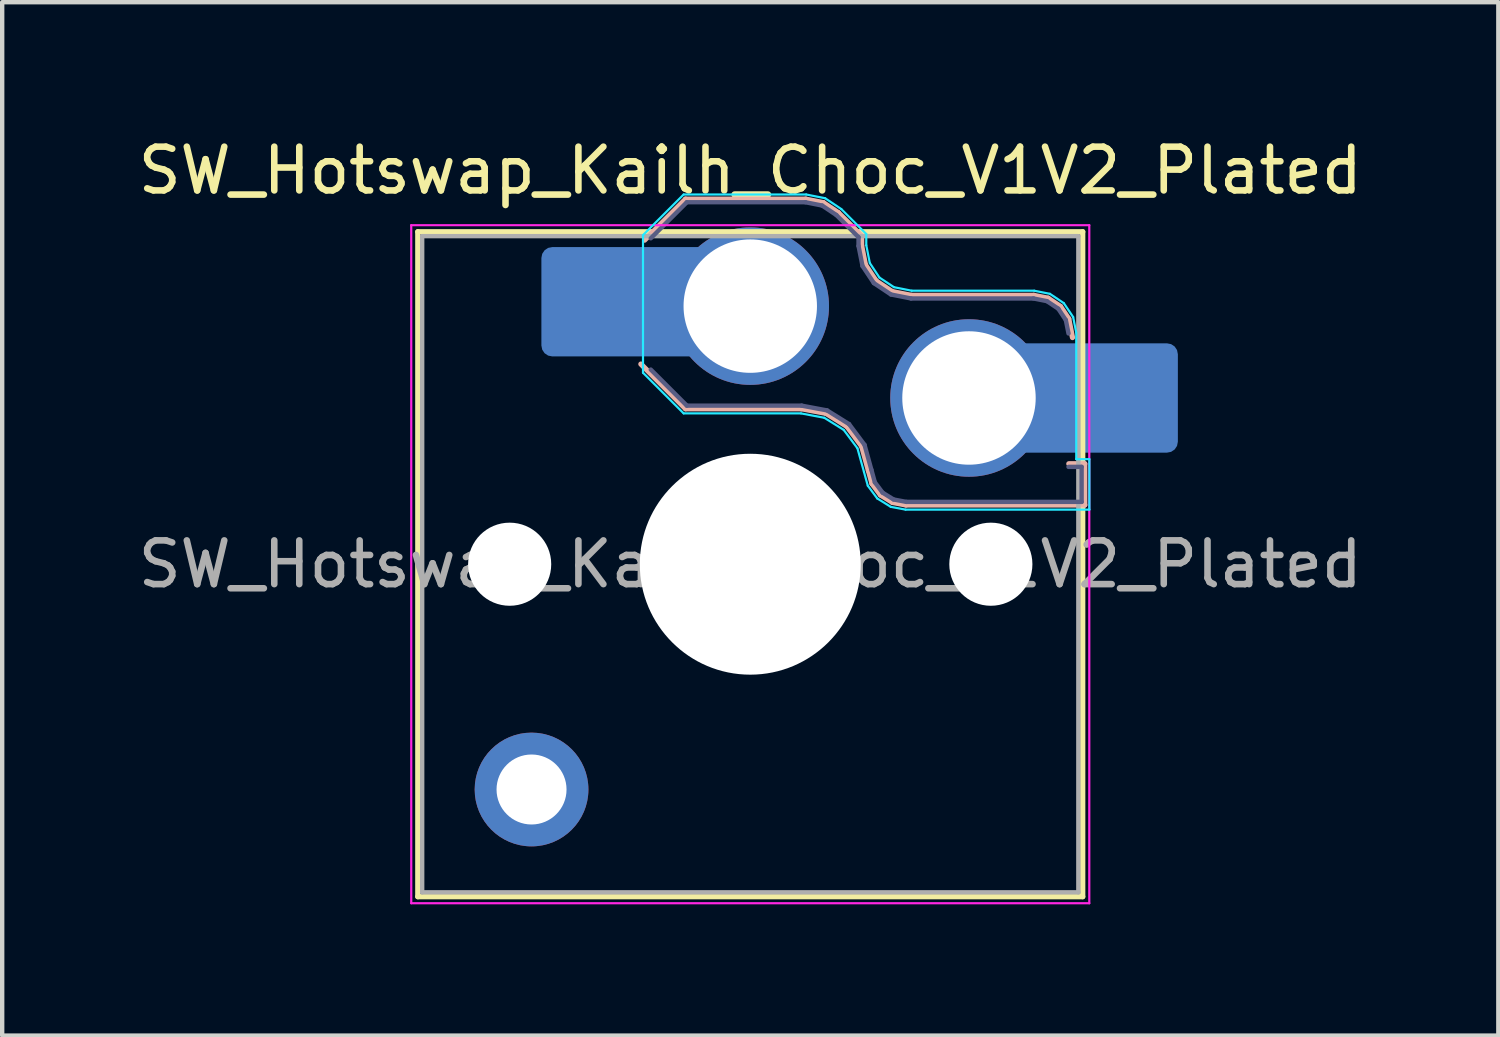
<source format=kicad_pcb>
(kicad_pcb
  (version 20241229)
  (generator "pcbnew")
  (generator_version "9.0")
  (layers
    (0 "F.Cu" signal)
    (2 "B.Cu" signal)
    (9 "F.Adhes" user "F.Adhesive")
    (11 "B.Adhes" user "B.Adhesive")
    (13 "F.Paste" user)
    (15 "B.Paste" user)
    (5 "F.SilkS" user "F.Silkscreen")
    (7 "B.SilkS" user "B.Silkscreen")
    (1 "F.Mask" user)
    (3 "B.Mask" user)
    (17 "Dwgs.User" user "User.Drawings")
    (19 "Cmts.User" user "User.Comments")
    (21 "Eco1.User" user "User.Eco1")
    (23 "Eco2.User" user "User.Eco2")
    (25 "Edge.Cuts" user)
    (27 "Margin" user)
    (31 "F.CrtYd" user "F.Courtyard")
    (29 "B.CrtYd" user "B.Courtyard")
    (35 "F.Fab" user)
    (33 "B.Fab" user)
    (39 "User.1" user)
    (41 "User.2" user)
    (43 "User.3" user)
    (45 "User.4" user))
  (footprint "SW_Hotswap_Kailh_Choc_V1V2_Plated"
    (layer "F.Cu")
    (at 14.101 9.848)
    (property "Reference" "SW_Hotswap_Kailh_Choc_V1V2_Plated" (at 0 -9 0) (layer "F.SilkS") (effects (font (size 1 1) (thickness 0.15))))
    (attr smd)
    (fp_line (start -7.6 -7.6) (end -7.6 7.6) (stroke (width 0.12) (type solid)) (layer "F.SilkS"))
    (fp_line (start -7.6 7.6) (end 7.6 7.6) (stroke (width 0.12) (type solid)) (layer "F.SilkS"))
    (fp_line (start 7.6 -7.6) (end -7.6 -7.6) (stroke (width 0.12) (type solid)) (layer "F.SilkS"))
    (fp_line (start 7.6 7.6) (end 7.6 -7.6) (stroke (width 0.12) (type solid)) (layer "F.SilkS"))
    (fp_line (start -2.416 -7.409) (end -1.479 -8.346) (stroke (width 0.12) (type solid)) (layer "B.SilkS"))
    (fp_line (start -1.479 -8.346) (end 1.268 -8.346) (stroke (width 0.12) (type solid)) (layer "B.SilkS"))
    (fp_line (start -1.479 -3.554) (end -2.5 -4.575) (stroke (width 0.12) (type solid)) (layer "B.SilkS"))
    (fp_line (start 1.168 -3.554) (end -1.479 -3.554) (stroke (width 0.12) (type solid)) (layer "B.SilkS"))
    (fp_line (start 1.268 -8.346) (end 1.671 -8.266) (stroke (width 0.12) (type solid)) (layer "B.SilkS"))
    (fp_line (start 1.671 -8.266) (end 2.013 -8.037) (stroke (width 0.12) (type solid)) (layer "B.SilkS"))
    (fp_line (start 1.73 -3.449) (end 1.168 -3.554) (stroke (width 0.12) (type solid)) (layer "B.SilkS"))
    (fp_line (start 2.013 -8.037) (end 2.546 -7.504) (stroke (width 0.12) (type solid)) (layer "B.SilkS"))
    (fp_line (start 2.209 -3.15) (end 1.73 -3.449) (stroke (width 0.12) (type solid)) (layer "B.SilkS"))
    (fp_line (start 2.546 -7.504) (end 2.546 -7.282) (stroke (width 0.12) (type solid)) (layer "B.SilkS"))
    (fp_line (start 2.546 -7.282) (end 2.633 -6.844) (stroke (width 0.12) (type solid)) (layer "B.SilkS"))
    (fp_line (start 2.547 -2.697) (end 2.209 -3.15) (stroke (width 0.12) (type solid)) (layer "B.SilkS"))
    (fp_line (start 2.633 -6.844) (end 2.877 -6.477) (stroke (width 0.12) (type solid)) (layer "B.SilkS"))
    (fp_line (start 2.701 -2.139) (end 2.547 -2.697) (stroke (width 0.12) (type solid)) (layer "B.SilkS"))
    (fp_line (start 2.783 -1.841) (end 2.701 -2.139) (stroke (width 0.12) (type solid)) (layer "B.SilkS"))
    (fp_line (start 2.877 -6.477) (end 3.244 -6.233) (stroke (width 0.12) (type solid)) (layer "B.SilkS"))
    (fp_line (start 2.976 -1.583) (end 2.783 -1.841) (stroke (width 0.12) (type solid)) (layer "B.SilkS"))
    (fp_line (start 3.244 -6.233) (end 3.682 -6.146) (stroke (width 0.12) (type solid)) (layer "B.SilkS"))
    (fp_line (start 3.25 -1.413) (end 2.976 -1.583) (stroke (width 0.12) (type solid)) (layer "B.SilkS"))
    (fp_line (start 3.56 -1.354) (end 3.25 -1.413) (stroke (width 0.12) (type solid)) (layer "B.SilkS"))
    (fp_line (start 3.682 -6.146) (end 6.482 -6.146) (stroke (width 0.12) (type solid)) (layer "B.SilkS"))
    (fp_line (start 6.482 -6.146) (end 6.809 -6.081) (stroke (width 0.12) (type solid)) (layer "B.SilkS"))
    (fp_line (start 6.809 -6.081) (end 7.092 -5.892) (stroke (width 0.12) (type solid)) (layer "B.SilkS"))
    (fp_line (start 7.092 -5.892) (end 7.281 -5.609) (stroke (width 0.12) (type solid)) (layer "B.SilkS"))
    (fp_line (start 7.281 -5.609) (end 7.366 -5.182) (stroke (width 0.12) (type solid)) (layer "B.SilkS"))
    (fp_line (start 7.283 -2.296) (end 7.646 -2.296) (stroke (width 0.12) (type solid)) (layer "B.SilkS"))
    (fp_line (start 7.646 -2.296) (end 7.646 -1.354) (stroke (width 0.12) (type solid)) (layer "B.SilkS"))
    (fp_line (start 7.646 -1.354) (end 3.56 -1.354) (stroke (width 0.12) (type solid)) (layer "B.SilkS"))
    (fp_line (start -7.25 -7.25) (end -7.25 7.25) (stroke (width 0.1) (type solid)) (layer "Eco1.User"))
    (fp_line (start -7.25 7.25) (end 7.25 7.25) (stroke (width 0.1) (type solid)) (layer "Eco1.User"))
    (fp_line (start 7.25 -7.25) (end -7.25 -7.25) (stroke (width 0.1) (type solid)) (layer "Eco1.User"))
    (fp_line (start 7.25 7.25) (end 7.25 -7.25) (stroke (width 0.1) (type solid)) (layer "Eco1.User"))
    (fp_line (start -2.452 -7.523) (end -1.523 -8.452) (stroke (width 0.05) (type solid)) (layer "B.CrtYd"))
    (fp_line (start -2.452 -4.377) (end -2.452 -7.523) (stroke (width 0.05) (type solid)) (layer "B.CrtYd"))
    (fp_line (start -1.523 -8.452) (end 1.278 -8.452) (stroke (width 0.05) (type solid)) (layer "B.CrtYd"))
    (fp_line (start -1.523 -3.448) (end -2.452 -4.377) (stroke (width 0.05) (type solid)) (layer "B.CrtYd"))
    (fp_line (start 1.159 -3.448) (end -1.523 -3.448) (stroke (width 0.05) (type solid)) (layer "B.CrtYd"))
    (fp_line (start 1.278 -8.452) (end 1.712 -8.366) (stroke (width 0.05) (type solid)) (layer "B.CrtYd"))
    (fp_line (start 1.691 -3.348) (end 1.159 -3.448) (stroke (width 0.05) (type solid)) (layer "B.CrtYd"))
    (fp_line (start 1.712 -8.366) (end 2.081 -8.119) (stroke (width 0.05) (type solid)) (layer "B.CrtYd"))
    (fp_line (start 2.081 -8.119) (end 2.652 -7.548) (stroke (width 0.05) (type solid)) (layer "B.CrtYd"))
    (fp_line (start 2.136 -3.071) (end 1.691 -3.348) (stroke (width 0.05) (type solid)) (layer "B.CrtYd"))
    (fp_line (start 2.45 -2.65) (end 2.136 -3.071) (stroke (width 0.05) (type solid)) (layer "B.CrtYd"))
    (fp_line (start 2.599 -2.111) (end 2.45 -2.65) (stroke (width 0.05) (type solid)) (layer "B.CrtYd"))
    (fp_line (start 2.652 -7.548) (end 2.652 -7.292) (stroke (width 0.05) (type solid)) (layer "B.CrtYd"))
    (fp_line (start 2.652 -7.292) (end 2.733 -6.885) (stroke (width 0.05) (type solid)) (layer "B.CrtYd"))
    (fp_line (start 2.687 -1.794) (end 2.599 -2.111) (stroke (width 0.05) (type solid)) (layer "B.CrtYd"))
    (fp_line (start 2.733 -6.885) (end 2.953 -6.553) (stroke (width 0.05) (type solid)) (layer "B.CrtYd"))
    (fp_line (start 2.903 -1.503) (end 2.687 -1.794) (stroke (width 0.05) (type solid)) (layer "B.CrtYd"))
    (fp_line (start 2.953 -6.553) (end 3.285 -6.333) (stroke (width 0.05) (type solid)) (layer "B.CrtYd"))
    (fp_line (start 3.211 -1.312) (end 2.903 -1.503) (stroke (width 0.05) (type solid)) (layer "B.CrtYd"))
    (fp_line (start 3.285 -6.333) (end 3.692 -6.252) (stroke (width 0.05) (type solid)) (layer "B.CrtYd"))
    (fp_line (start 3.55 -1.248) (end 3.211 -1.312) (stroke (width 0.05) (type solid)) (layer "B.CrtYd"))
    (fp_line (start 3.692 -6.252) (end 6.492 -6.252) (stroke (width 0.05) (type solid)) (layer "B.CrtYd"))
    (fp_line (start 6.492 -6.252) (end 6.85 -6.181) (stroke (width 0.05) (type solid)) (layer "B.CrtYd"))
    (fp_line (start 6.85 -6.181) (end 7.168 -5.968) (stroke (width 0.05) (type solid)) (layer "B.CrtYd"))
    (fp_line (start 7.168 -5.968) (end 7.381 -5.65) (stroke (width 0.05) (type solid)) (layer "B.CrtYd"))
    (fp_line (start 7.381 -5.65) (end 7.452 -5.292) (stroke (width 0.05) (type solid)) (layer "B.CrtYd"))
    (fp_line (start 7.452 -5.292) (end 7.452 -2.402) (stroke (width 0.05) (type solid)) (layer "B.CrtYd"))
    (fp_line (start 7.452 -2.402) (end 7.752 -2.402) (stroke (width 0.05) (type solid)) (layer "B.CrtYd"))
    (fp_line (start 7.752 -2.402) (end 7.752 -1.248) (stroke (width 0.05) (type solid)) (layer "B.CrtYd"))
    (fp_line (start 7.752 -1.248) (end 3.55 -1.248) (stroke (width 0.05) (type solid)) (layer "B.CrtYd"))
    (fp_line (start -7.75 -7.75) (end -7.75 7.75) (stroke (width 0.05) (type solid)) (layer "F.CrtYd"))
    (fp_line (start -7.75 7.75) (end 7.75 7.75) (stroke (width 0.05) (type solid)) (layer "F.CrtYd"))
    (fp_line (start 7.75 -7.75) (end -7.75 -7.75) (stroke (width 0.05) (type solid)) (layer "F.CrtYd"))
    (fp_line (start 7.75 7.75) (end 7.75 -7.75) (stroke (width 0.05) (type solid)) (layer "F.CrtYd"))
    (fp_line (start -2.275 -7.45) (end -1.45 -8.275) (stroke (width 0.1) (type solid)) (layer "B.Fab"))
    (fp_line (start -1.45 -8.275) (end 1.261 -8.275) (stroke (width 0.1) (type solid)) (layer "B.Fab"))
    (fp_line (start -1.45 -3.625) (end -2.275 -4.45) (stroke (width 0.1) (type solid)) (layer "B.Fab"))
    (fp_line (start 1.175 -3.625) (end -1.45 -3.625) (stroke (width 0.1) (type solid)) (layer "B.Fab"))
    (fp_line (start 1.261 -8.275) (end 1.643 -8.199) (stroke (width 0.1) (type solid)) (layer "B.Fab"))
    (fp_line (start 1.643 -8.199) (end 1.968 -7.982) (stroke (width 0.1) (type solid)) (layer "B.Fab"))
    (fp_line (start 1.756 -3.516) (end 1.175 -3.625) (stroke (width 0.1) (type solid)) (layer "B.Fab"))
    (fp_line (start 1.968 -7.982) (end 2.475 -7.475) (stroke (width 0.1) (type solid)) (layer "B.Fab"))
    (fp_line (start 2.258 -3.203) (end 1.756 -3.516) (stroke (width 0.1) (type solid)) (layer "B.Fab"))
    (fp_line (start 2.475 -7.475) (end 2.475 -7.275) (stroke (width 0.1) (type solid)) (layer "B.Fab"))
    (fp_line (start 2.475 -7.275) (end 2.566 -6.816) (stroke (width 0.1) (type solid)) (layer "B.Fab"))
    (fp_line (start 2.566 -6.816) (end 2.826 -6.426) (stroke (width 0.1) (type solid)) (layer "B.Fab"))
    (fp_line (start 2.612 -2.729) (end 2.258 -3.203) (stroke (width 0.1) (type solid)) (layer "B.Fab"))
    (fp_line (start 2.769 -2.158) (end 2.612 -2.729) (stroke (width 0.1) (type solid)) (layer "B.Fab"))
    (fp_line (start 2.826 -6.426) (end 3.216 -6.166) (stroke (width 0.1) (type solid)) (layer "B.Fab"))
    (fp_line (start 2.848 -1.873) (end 2.769 -2.158) (stroke (width 0.1) (type solid)) (layer "B.Fab"))
    (fp_line (start 3.025 -1.636) (end 2.848 -1.873) (stroke (width 0.1) (type solid)) (layer "B.Fab"))
    (fp_line (start 3.216 -6.166) (end 3.675 -6.075) (stroke (width 0.1) (type solid)) (layer "B.Fab"))
    (fp_line (start 3.276 -1.48) (end 3.025 -1.636) (stroke (width 0.1) (type solid)) (layer "B.Fab"))
    (fp_line (start 3.567 -1.425) (end 3.276 -1.48) (stroke (width 0.1) (type solid)) (layer "B.Fab"))
    (fp_line (start 3.675 -6.075) (end 6.475 -6.075) (stroke (width 0.1) (type solid)) (layer "B.Fab"))
    (fp_line (start 6.475 -6.075) (end 6.781 -6.014) (stroke (width 0.1) (type solid)) (layer "B.Fab"))
    (fp_line (start 6.781 -6.014) (end 7.041 -5.841) (stroke (width 0.1) (type solid)) (layer "B.Fab"))
    (fp_line (start 7.041 -5.841) (end 7.214 -5.581) (stroke (width 0.1) (type solid)) (layer "B.Fab"))
    (fp_line (start 7.214 -5.581) (end 7.275 -5.275) (stroke (width 0.1) (type solid)) (layer "B.Fab"))
    (fp_line (start 7.275 -2.225) (end 7.575 -2.225) (stroke (width 0.1) (type solid)) (layer "B.Fab"))
    (fp_line (start 7.575 -2.225) (end 7.575 -1.425) (stroke (width 0.1) (type solid)) (layer "B.Fab"))
    (fp_line (start 7.575 -1.425) (end 3.567 -1.425) (stroke (width 0.1) (type solid)) (layer "B.Fab"))
    (fp_line (start -7.5 -7.5) (end -7.5 7.5) (stroke (width 0.1) (type solid)) (layer "F.Fab"))
    (fp_line (start -7.5 7.5) (end 7.5 7.5) (stroke (width 0.1) (type solid)) (layer "F.Fab"))
    (fp_line (start 7.5 -7.5) (end -7.5 -7.5) (stroke (width 0.1) (type solid)) (layer "F.Fab"))
    (fp_line (start 7.5 7.5) (end 7.5 -7.5) (stroke (width 0.1) (type solid)) (layer "F.Fab"))
    (fp_text user "${REFERENCE}" (at 0 0 0) (layer "F.Fab") (effects (font (size 1 1) (thickness 0.15))))
    (pad "" np_thru_hole circle (at -5.5 0) (size 1.9 1.9) (drill 1.9) (layers "*.Cu" "*.Mask"))
    (pad "" smd circle (at -5 5.15) (size 1.65 1.65) (layers "F.Mask"))
    (pad "" thru_hole circle (at -5 5.15) (size 2.6 2.6) (drill 1.6) (layers "*.Cu" "B.Mask"))
    (pad "" smd roundrect (at -3.5 -6) (size 2.55 2.5) (layers "B.Mask" "B.Paste") (roundrect_rratio 0.1))
    (pad "" smd circle (at 0 -5.9) (size 3.1 3.1) (layers "F.Mask"))
    (pad "" np_thru_hole circle (at 0 0) (size 5.05 5.05) (drill 5.05) (layers "*.Cu" "*.Mask"))
    (pad "" smd circle (at 5 -3.8) (size 3.1 3.1) (layers "F.Mask"))
    (pad "" np_thru_hole circle (at 5.5 0) (size 1.9 1.9) (drill 1.9) (layers "*.Cu" "*.Mask"))
    (pad "" smd roundrect (at 8.5 -3.8) (size 2.55 2.5) (layers "B.Mask" "B.Paste") (roundrect_rratio 0.1))
    (pad "1" smd roundrect (at -2.85 -6) (size 3.85 2.5) (layers "B.Cu") (roundrect_rratio 0.1))
    (pad "1" thru_hole circle (at 0 -5.9) (size 3.6 3.6) (drill 3.05) (layers "*.Cu" "B.Mask"))
    (pad "2" thru_hole circle (at 5 -3.8) (size 3.6 3.6) (drill 3.05) (layers "*.Cu" "B.Mask"))
    (pad "2" smd roundrect (at 7.85 -3.8) (size 3.85 2.5) (layers "B.Cu") (roundrect_rratio 0.1)))
  (gr_rect
    (start -3 -3)
    (end 31.202 20.623)
    (stroke (width 0.1) (type default))
    (fill no)
    (layer "Edge.Cuts")))
</source>
